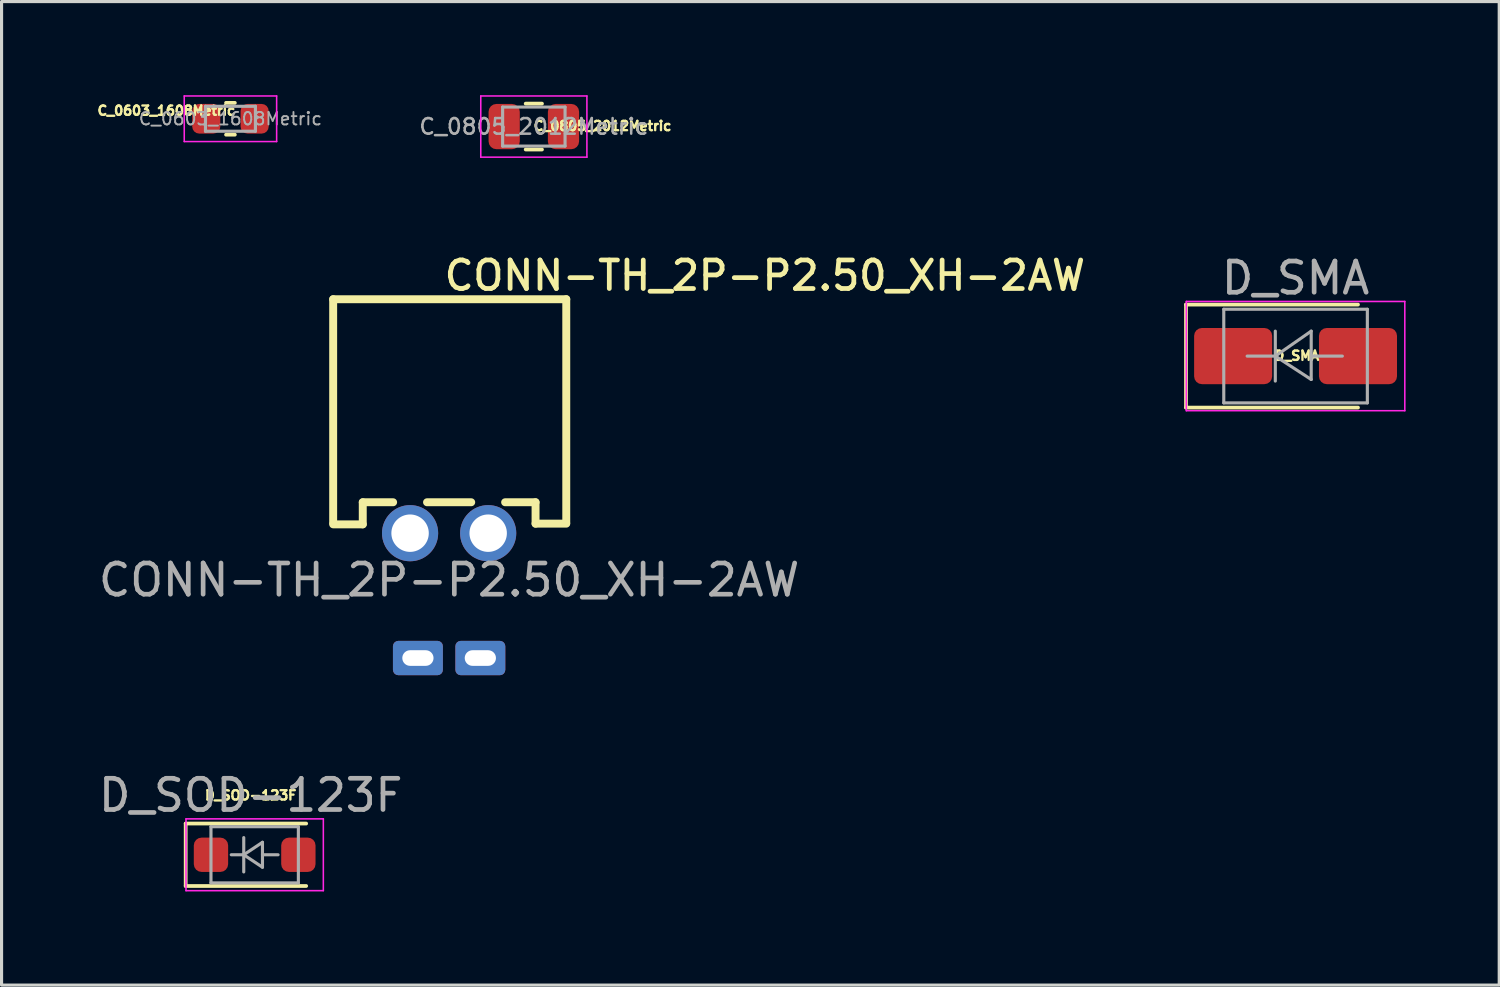
<source format=kicad_pcb>
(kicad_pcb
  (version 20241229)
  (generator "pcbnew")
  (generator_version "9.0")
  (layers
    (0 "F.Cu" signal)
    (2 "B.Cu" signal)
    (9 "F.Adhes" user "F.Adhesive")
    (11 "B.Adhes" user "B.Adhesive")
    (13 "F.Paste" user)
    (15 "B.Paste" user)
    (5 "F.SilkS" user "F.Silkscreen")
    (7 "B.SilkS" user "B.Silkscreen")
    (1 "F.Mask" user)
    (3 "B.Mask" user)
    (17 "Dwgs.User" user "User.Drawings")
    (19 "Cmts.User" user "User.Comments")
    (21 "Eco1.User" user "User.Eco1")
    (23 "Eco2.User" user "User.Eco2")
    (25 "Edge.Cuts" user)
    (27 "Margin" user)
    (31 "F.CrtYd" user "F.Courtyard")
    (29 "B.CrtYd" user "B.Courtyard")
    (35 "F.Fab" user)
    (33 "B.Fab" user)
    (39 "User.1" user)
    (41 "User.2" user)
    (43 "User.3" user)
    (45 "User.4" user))
  (footprint "D_SOD-123F"
    (layer "F.Cu")
    (at 5.109 24.335)
    (property "Reference" "D_SOD-123F" (at -0.127 -1.905 0) (layer "F.SilkS") (effects (font (size 0.3 0.3) (thickness 0.15))))
    (attr smd)
    (fp_line (start -2.21 -1) (end -2.21 1) (stroke (width 0.12) (type solid)) (layer "F.SilkS"))
    (fp_line (start -2.21 -1) (end 1.65 -1) (stroke (width 0.12) (type solid)) (layer "F.SilkS"))
    (fp_line (start -2.21 1) (end 1.65 1) (stroke (width 0.12) (type solid)) (layer "F.SilkS"))
    (fp_line (start -2.2 -1.15) (end -2.2 1.15) (stroke (width 0.05) (type solid)) (layer "F.CrtYd"))
    (fp_line (start -2.2 -1.15) (end 2.2 -1.15) (stroke (width 0.05) (type solid)) (layer "F.CrtYd"))
    (fp_line (start 2.2 -1.15) (end 2.2 1.15) (stroke (width 0.05) (type solid)) (layer "F.CrtYd"))
    (fp_line (start 2.2 1.15) (end -2.2 1.15) (stroke (width 0.05) (type solid)) (layer "F.CrtYd"))
    (fp_line (start -1.4 -0.9) (end 1.4 -0.9) (stroke (width 0.1) (type solid)) (layer "F.Fab"))
    (fp_line (start -1.4 0.9) (end -1.4 -0.9) (stroke (width 0.1) (type solid)) (layer "F.Fab"))
    (fp_line (start -0.75 0) (end -0.35 0) (stroke (width 0.1) (type solid)) (layer "F.Fab"))
    (fp_line (start -0.35 0) (end -0.35 -0.55) (stroke (width 0.1) (type solid)) (layer "F.Fab"))
    (fp_line (start -0.35 0) (end -0.35 0.55) (stroke (width 0.1) (type solid)) (layer "F.Fab"))
    (fp_line (start -0.35 0) (end 0.25 -0.4) (stroke (width 0.1) (type solid)) (layer "F.Fab"))
    (fp_line (start 0.25 -0.4) (end 0.25 0.4) (stroke (width 0.1) (type solid)) (layer "F.Fab"))
    (fp_line (start 0.25 0) (end 0.75 0) (stroke (width 0.1) (type solid)) (layer "F.Fab"))
    (fp_line (start 0.25 0.4) (end -0.35 0) (stroke (width 0.1) (type solid)) (layer "F.Fab"))
    (fp_line (start 1.4 -0.9) (end 1.4 0.9) (stroke (width 0.1) (type solid)) (layer "F.Fab"))
    (fp_line (start 1.4 0.9) (end -1.4 0.9) (stroke (width 0.1) (type solid)) (layer "F.Fab"))
    (fp_text user "${REFERENCE}" (at -0.127 -1.905 0) (layer "F.Fab") (effects (font (size 1 1) (thickness 0.15))))
    (pad "1" smd roundrect (at -1.4 0) (size 1.1 1.1) (layers "F.Cu" "F.Mask" "F.Paste") (roundrect_rratio 0.227))
    (pad "2" smd roundrect (at 1.4 0) (size 1.1 1.1) (layers "F.Cu" "F.Mask" "F.Paste") (roundrect_rratio 0.227)))
  (footprint "D_SMA"
    (layer "F.Cu")
    (at 38.457 8.358)
    (property "Reference" "D_SMA" (at 0.042 -0.012 0) (layer "F.SilkS") (effects (font (size 0.3 0.3) (thickness 0.15))))
    (attr smd)
    (fp_line (start -3.51 -1.65) (end -3.51 1.65) (stroke (width 0.12) (type solid)) (layer "F.SilkS"))
    (fp_line (start -3.51 -1.65) (end 2 -1.65) (stroke (width 0.12) (type solid)) (layer "F.SilkS"))
    (fp_line (start -3.51 1.65) (end 2 1.65) (stroke (width 0.12) (type solid)) (layer "F.SilkS"))
    (fp_line (start -3.5 -1.75) (end 3.5 -1.75) (stroke (width 0.05) (type solid)) (layer "F.CrtYd"))
    (fp_line (start -3.5 1.75) (end -3.5 -1.75) (stroke (width 0.05) (type solid)) (layer "F.CrtYd"))
    (fp_line (start 3.5 -1.75) (end 3.5 1.75) (stroke (width 0.05) (type solid)) (layer "F.CrtYd"))
    (fp_line (start 3.5 1.75) (end -3.5 1.75) (stroke (width 0.05) (type solid)) (layer "F.CrtYd"))
    (fp_line (start -2.3 1.5) (end -2.3 -1.5) (stroke (width 0.1) (type solid)) (layer "F.Fab"))
    (fp_line (start -0.649 -0.799) (end -0.649 0.801) (stroke (width 0.1) (type solid)) (layer "F.Fab"))
    (fp_line (start -0.649 0.001) (end -1.551 0.001) (stroke (width 0.1) (type solid)) (layer "F.Fab"))
    (fp_line (start -0.649 0.001) (end 0.501 -0.799) (stroke (width 0.1) (type solid)) (layer "F.Fab"))
    (fp_line (start -0.649 0.001) (end 0.501 0.75) (stroke (width 0.1) (type solid)) (layer "F.Fab"))
    (fp_line (start 0.501 0.001) (end 1.499 0.001) (stroke (width 0.1) (type solid)) (layer "F.Fab"))
    (fp_line (start 0.501 0.75) (end 0.501 -0.799) (stroke (width 0.1) (type solid)) (layer "F.Fab"))
    (fp_line (start 2.3 -1.5) (end -2.3 -1.5) (stroke (width 0.1) (type solid)) (layer "F.Fab"))
    (fp_line (start 2.3 -1.5) (end 2.3 1.5) (stroke (width 0.1) (type solid)) (layer "F.Fab"))
    (fp_line (start 2.3 1.5) (end -2.3 1.5) (stroke (width 0.1) (type solid)) (layer "F.Fab"))
    (fp_text user "${REFERENCE}" (at 0 -2.5 0) (layer "F.Fab") (effects (font (size 1 1) (thickness 0.15))))
    (pad "1" smd roundrect (at -2 0) (size 2.5 1.8) (layers "F.Cu" "F.Mask" "F.Paste") (roundrect_rratio 0.139))
    (pad "2" smd roundrect (at 2 0) (size 2.5 1.8) (layers "F.Cu" "F.Mask" "F.Paste") (roundrect_rratio 0.139)))
  (footprint "CONN-TH_2P-P2.50_XH-2AW"
    (layer "F.Cu")
    (at 11.339 14.032)
    (property "Reference" "CONN-TH_2P-P2.50_XH-2AW" (at -0.235 -8.788 0) (unlocked yes) (layer "F.SilkS") (effects (font (size 0.914 0.914) (thickness 0.152)) (justify left top)))
    (attr through_hole)
    (fp_line (start -3.715 -7.496) (end 3.753 -7.496) (stroke (width 0.254) (type default)) (layer "F.SilkS"))
    (fp_line (start -3.715 -0.333) (end -3.715 -7.496) (stroke (width 0.254) (type default)) (layer "F.SilkS"))
    (fp_line (start -3.715 -0.283) (end -2.767 -0.283) (stroke (width 0.254) (type default)) (layer "F.SilkS"))
    (fp_line (start -2.767 -0.991) (end -1.794 -0.991) (stroke (width 0.254) (type default)) (layer "F.SilkS"))
    (fp_line (start -2.767 -0.283) (end -2.767 -0.991) (stroke (width 0.254) (type default)) (layer "F.SilkS"))
    (fp_line (start -0.708 -0.991) (end 0.708 -0.991) (stroke (width 0.254) (type default)) (layer "F.SilkS"))
    (fp_line (start 1.794 -0.991) (end 2.769 -0.991) (stroke (width 0.254) (type default)) (layer "F.SilkS"))
    (fp_line (start 2.769 -0.991) (end 2.769 -0.305) (stroke (width 0.254) (type default)) (layer "F.SilkS"))
    (fp_line (start 2.769 -0.305) (end 3.753 -0.305) (stroke (width 0.254) (type default)) (layer "F.SilkS"))
    (fp_line (start 3.753 -0.333) (end 3.753 -7.496) (stroke (width 0.254) (type default)) (layer "F.SilkS"))
    (fp_circle (center -3.75 0.32) (end -3.72 0.32) (stroke (width 0.06) (type default)) (fill no) (layer "User.5"))
    (fp_text user "${REFERENCE}" (at 0 1.5 0) (layer "F.Fab") (effects (font (size 1 1) (thickness 0.15))))
    (pad "1" thru_hole roundrect (at -1 4 180) (size 1.6 1.1) (drill oval 1 0.5) (layers "*.Cu" "*.Mask") (roundrect_rratio 0.156))
    (pad "1" thru_hole oval (at 1.251 0) (size 1.8 1.8) (drill 1.199) (layers "*.Cu" "*.Mask"))
    (pad "2" thru_hole oval (at -1.251 0) (size 1.8 1.8) (drill 1.199) (layers "*.Cu" "*.Mask"))
    (pad "2" thru_hole roundrect (at 1 4 180) (size 1.6 1.1) (drill oval 1 0.5) (layers "*.Cu" "*.Mask") (roundrect_rratio 0.156))
    (zone (net_name "") (layer "Dwgs.User") (hatch edge 0.5) (priority 100) (connect_pads yes) (min_thickness 0) (filled_areas_thickness no) (fill yes) (polygon (pts (xy 8.339 7.032) (xy 8.339 12.532) (xy 8.839 12.532) (xy 8.839 7.032))) (filled_polygon (layer "Dwgs.User") (island) (pts (xy 8.339 7.032) (xy 8.339 12.532) (xy 8.839 12.532) (xy 8.839 7.032))))
    (zone (net_name "") (layer "Dwgs.User") (hatch edge 0.5) (priority 100) (connect_pads yes) (min_thickness 0) (filled_areas_thickness no) (fill yes) (polygon (pts (xy 8.839 12.532) (xy 13.839 12.532) (xy 13.839 12.032) (xy 8.839 12.032))) (filled_polygon (layer "Dwgs.User") (island) (pts (xy 8.839 12.532) (xy 13.839 12.532) (xy 13.839 12.032) (xy 8.839 12.032))))
    (zone (net_name "") (layer "Dwgs.User") (hatch edge 0.5) (priority 100) (connect_pads yes) (min_thickness 0) (filled_areas_thickness no) (fill yes) (polygon (pts (xy 14.339 12.532) (xy 14.339 7.032) (xy 13.839 7.032) (xy 13.839 12.532))) (filled_polygon (layer "Dwgs.User") (island) (pts (xy 14.339 12.532) (xy 14.339 7.032) (xy 13.839 7.032) (xy 13.839 12.532))))
    (zone (net_name "") (layer "User.3") (hatch edge 0.5) (priority 100) (connect_pads yes) (min_thickness 0) (filled_areas_thickness no) (fill yes) (polygon (pts (xy 7.589 13.711) (xy 7.589 6.611) (xy 15.089 6.611) (xy 15.089 13.711))) (filled_polygon (layer "User.3") (island) (pts (xy 7.589 13.711) (xy 7.589 6.611) (xy 15.089 6.611) (xy 15.089 13.711))))
    (zone (net_name "") (layer "User.4") (hatch edge 0.5) (priority 100) (connect_pads yes) (min_thickness 0) (filled_areas_thickness no) (fill yes) (polygon (pts (xy 9.768 13.712) (xy 10.408 13.712) (xy 10.408 14.352) (xy 9.768 14.352))) (filled_polygon (layer "User.4") (island) (pts (xy 9.768 13.712) (xy 10.408 13.712) (xy 10.408 14.352) (xy 9.768 14.352))))
    (zone (net_name "") (layer "User.4") (hatch edge 0.5) (priority 100) (connect_pads) (min_thickness 0) (filled_areas_thickness no) (keepout (tracks allowed) (vias allowed) (pads allowed) (copperpour not_allowed) (footprints allowed)) (placement (enabled no)) (fill) (polygon (pts (xy 9.769 14.352) (xy 10.409 14.352) (xy 10.409 13.702) (xy 9.769 13.702))))
    (zone (net_name "") (layer "User.4") (hatch edge 0.5) (priority 100) (connect_pads yes) (min_thickness 0) (filled_areas_thickness no) (fill yes) (polygon (pts (xy 12.27 13.712) (xy 12.91 13.712) (xy 12.91 14.352) (xy 12.27 14.352))) (filled_polygon (layer "User.4") (island) (pts (xy 12.27 13.712) (xy 12.91 13.712) (xy 12.91 14.352) (xy 12.27 14.352))))
    (zone (net_name "") (layer "User.4") (hatch edge 0.5) (priority 100) (connect_pads) (min_thickness 0) (filled_areas_thickness no) (keepout (tracks allowed) (vias allowed) (pads allowed) (copperpour not_allowed) (footprints allowed)) (placement (enabled no)) (fill) (polygon (pts (xy 12.271 14.352) (xy 12.911 14.352) (xy 12.911 13.702) (xy 12.271 13.702)))))
  (footprint "C_0805_2012Metric"
    (layer "F.Cu")
    (at 14.053 1.005)
    (property "Reference" "C_0805_2012Metric" (at 2.202 -0.019 0) (layer "F.SilkS") (effects (font (size 0.3 0.3) (thickness 0.15))))
    (attr smd)
    (fp_line (start -0.261 -0.735) (end 0.261 -0.735) (stroke (width 0.12) (type solid)) (layer "F.SilkS"))
    (fp_line (start -0.261 0.735) (end 0.261 0.735) (stroke (width 0.12) (type solid)) (layer "F.SilkS"))
    (fp_line (start -1.7 -0.98) (end 1.7 -0.98) (stroke (width 0.05) (type solid)) (layer "F.CrtYd"))
    (fp_line (start -1.7 0.98) (end -1.7 -0.98) (stroke (width 0.05) (type solid)) (layer "F.CrtYd"))
    (fp_line (start 1.7 -0.98) (end 1.7 0.98) (stroke (width 0.05) (type solid)) (layer "F.CrtYd"))
    (fp_line (start 1.7 0.98) (end -1.7 0.98) (stroke (width 0.05) (type solid)) (layer "F.CrtYd"))
    (fp_line (start -1 -0.625) (end 1 -0.625) (stroke (width 0.1) (type solid)) (layer "F.Fab"))
    (fp_line (start -1 0.625) (end -1 -0.625) (stroke (width 0.1) (type solid)) (layer "F.Fab"))
    (fp_line (start 1 -0.625) (end 1 0.625) (stroke (width 0.1) (type solid)) (layer "F.Fab"))
    (fp_line (start 1 0.625) (end -1 0.625) (stroke (width 0.1) (type solid)) (layer "F.Fab"))
    (fp_text user "${REFERENCE}" (at 0 0 0) (layer "F.Fab") (effects (font (size 0.5 0.5) (thickness 0.08))))
    (pad "1" smd roundrect (at -0.95 0) (size 1 1.45) (layers "F.Cu" "F.Mask" "F.Paste") (roundrect_rratio 0.25))
    (pad "2" smd roundrect (at 0.95 0) (size 1 1.45) (layers "F.Cu" "F.Mask" "F.Paste") (roundrect_rratio 0.25)))
  (footprint "C_0603_1608Metric"
    (layer "F.Cu")
    (at 4.333 0.755)
    (property "Reference" "C_0603_1608Metric" (at -2.051 -0.26 180) (layer "F.SilkS") (effects (font (size 0.3 0.3) (thickness 0.15))))
    (attr smd)
    (fp_line (start -0.141 -0.51) (end 0.141 -0.51) (stroke (width 0.12) (type solid)) (layer "F.SilkS"))
    (fp_line (start -0.141 0.51) (end 0.141 0.51) (stroke (width 0.12) (type solid)) (layer "F.SilkS"))
    (fp_line (start -1.48 -0.73) (end 1.48 -0.73) (stroke (width 0.05) (type solid)) (layer "F.CrtYd"))
    (fp_line (start -1.48 0.73) (end -1.48 -0.73) (stroke (width 0.05) (type solid)) (layer "F.CrtYd"))
    (fp_line (start 1.48 -0.73) (end 1.48 0.73) (stroke (width 0.05) (type solid)) (layer "F.CrtYd"))
    (fp_line (start 1.48 0.73) (end -1.48 0.73) (stroke (width 0.05) (type solid)) (layer "F.CrtYd"))
    (fp_line (start -0.8 -0.4) (end 0.8 -0.4) (stroke (width 0.1) (type solid)) (layer "F.Fab"))
    (fp_line (start -0.8 0.4) (end -0.8 -0.4) (stroke (width 0.1) (type solid)) (layer "F.Fab"))
    (fp_line (start 0.8 -0.4) (end 0.8 0.4) (stroke (width 0.1) (type solid)) (layer "F.Fab"))
    (fp_line (start 0.8 0.4) (end -0.8 0.4) (stroke (width 0.1) (type solid)) (layer "F.Fab"))
    (fp_text user "${REFERENCE}" (at 0 0 180) (layer "F.Fab") (effects (font (size 0.4 0.4) (thickness 0.06))))
    (pad "1" smd roundrect (at -0.775 0) (size 0.9 0.95) (layers "F.Cu" "F.Mask" "F.Paste") (roundrect_rratio 0.25))
    (pad "2" smd roundrect (at 0.775 0) (size 0.9 0.95) (layers "F.Cu" "F.Mask" "F.Paste") (roundrect_rratio 0.25)))
  (gr_rect
    (start -3 -3)
    (end 44.982 28.51)
    (stroke (width 0.1) (type default))
    (fill no)
    (layer "Edge.Cuts")))
</source>
